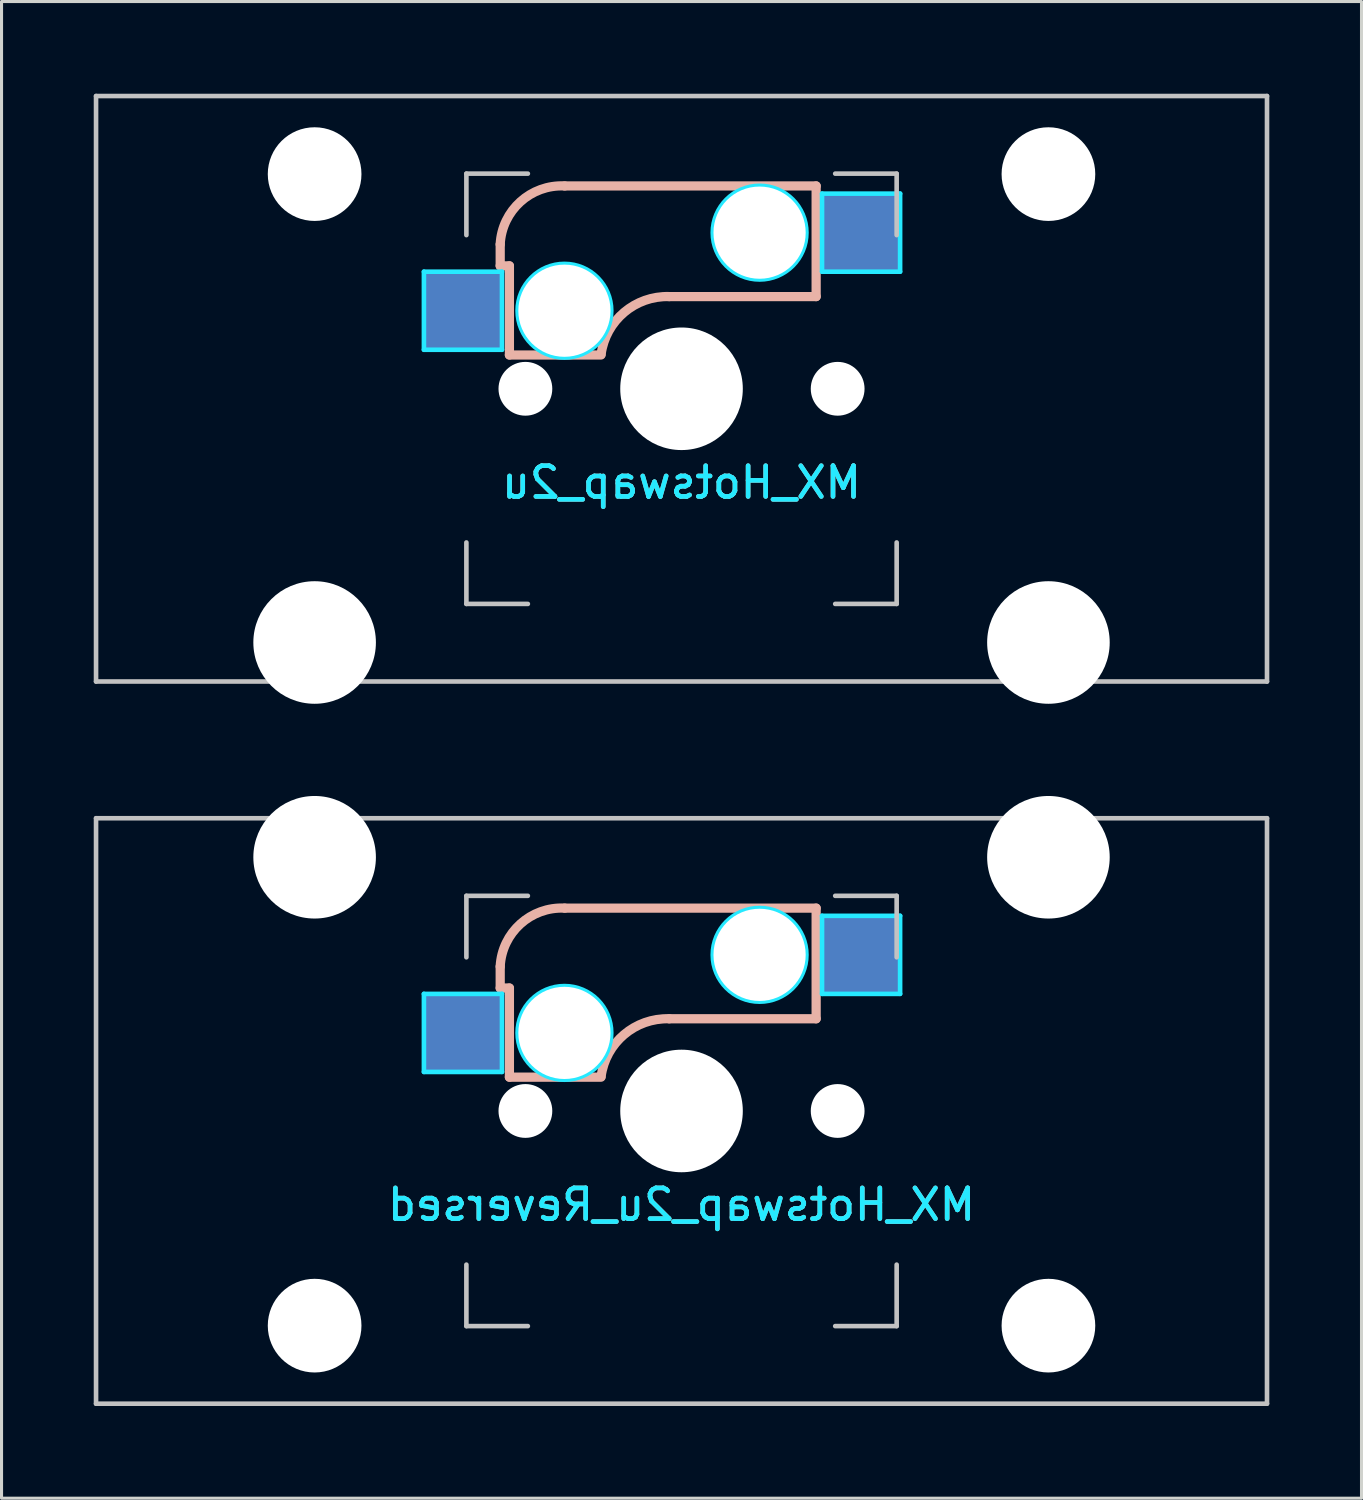
<source format=kicad_pcb>
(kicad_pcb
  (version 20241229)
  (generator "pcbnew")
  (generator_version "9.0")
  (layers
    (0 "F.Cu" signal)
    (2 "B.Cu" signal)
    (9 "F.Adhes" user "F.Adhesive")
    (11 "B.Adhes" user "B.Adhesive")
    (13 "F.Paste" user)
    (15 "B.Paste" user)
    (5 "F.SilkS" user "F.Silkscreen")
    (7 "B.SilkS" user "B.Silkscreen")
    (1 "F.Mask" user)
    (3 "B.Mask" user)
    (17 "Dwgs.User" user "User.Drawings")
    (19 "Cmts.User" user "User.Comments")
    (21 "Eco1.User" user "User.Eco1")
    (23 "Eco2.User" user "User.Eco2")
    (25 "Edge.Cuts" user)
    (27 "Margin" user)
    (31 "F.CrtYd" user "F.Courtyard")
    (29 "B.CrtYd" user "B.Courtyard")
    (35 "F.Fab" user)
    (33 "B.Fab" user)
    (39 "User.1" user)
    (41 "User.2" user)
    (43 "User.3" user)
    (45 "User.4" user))
  (footprint "MX_Hotswap_2u"
    (layer "F.Cu")
    (at 19.125 9.6)
    (property "Reference" "MX_Hotswap_2u" (at 0 3.048 0) (layer "B.CrtYd") (effects (font (size 1 1) (thickness 0.15)) (justify mirror)))
    (attr smd)
    (fp_line (start -5.9 -4.7) (end -5.9 -4) (stroke (width 0.3) (type solid)) (layer "B.SilkS"))
    (fp_line (start -5.9 -4) (end -5.6 -4) (stroke (width 0.3) (type solid)) (layer "B.SilkS"))
    (fp_line (start -5.6 -4) (end -5.6 -1.1) (stroke (width 0.3) (type solid)) (layer "B.SilkS"))
    (fp_line (start -5.6 -1.1) (end -2.62 -1.1) (stroke (width 0.3) (type solid)) (layer "B.SilkS"))
    (fp_line (start -0.4 -3) (end 4.38 -3) (stroke (width 0.3) (type solid)) (layer "B.SilkS"))
    (fp_line (start 4.38 -6.6) (end -3.8 -6.6) (stroke (width 0.3) (type solid)) (layer "B.SilkS"))
    (fp_line (start 4.38 -3) (end 4.38 -6.6) (stroke (width 0.3) (type solid)) (layer "B.SilkS"))
    (fp_arc (start -5.9 -4.699999) (mid -5.243504 -6.084924) (end -3.800001 -6.6) (stroke (width 0.3) (type solid)) (layer "B.SilkS"))
    (fp_arc (start -2.616318 -1.121471) (mid -1.868709 -2.486118) (end -0.4 -3) (stroke (width 0.3) (type solid)) (layer "B.SilkS"))
    (fp_line (start -19.05 -9.525) (end 19.05 -9.525) (stroke (width 0.15) (type solid)) (layer "Dwgs.User"))
    (fp_line (start -19.05 9.525) (end -19.05 -9.525) (stroke (width 0.15) (type solid)) (layer "Dwgs.User"))
    (fp_line (start -7 -7) (end -7 -5) (stroke (width 0.15) (type solid)) (layer "Dwgs.User"))
    (fp_line (start -7 5) (end -7 7) (stroke (width 0.15) (type solid)) (layer "Dwgs.User"))
    (fp_line (start -7 7) (end -5 7) (stroke (width 0.15) (type solid)) (layer "Dwgs.User"))
    (fp_line (start -5 -7) (end -7 -7) (stroke (width 0.15) (type solid)) (layer "Dwgs.User"))
    (fp_line (start 5 -7) (end 7 -7) (stroke (width 0.15) (type solid)) (layer "Dwgs.User"))
    (fp_line (start 5 7) (end 7 7) (stroke (width 0.15) (type solid)) (layer "Dwgs.User"))
    (fp_line (start 7 -7) (end 7 -5) (stroke (width 0.15) (type solid)) (layer "Dwgs.User"))
    (fp_line (start 7 7) (end 7 5) (stroke (width 0.15) (type solid)) (layer "Dwgs.User"))
    (fp_line (start 19.05 -9.525) (end 19.05 9.525) (stroke (width 0.15) (type solid)) (layer "Dwgs.User"))
    (fp_line (start 19.05 9.525) (end -19.05 9.525) (stroke (width 0.15) (type solid)) (layer "Dwgs.User"))
    (fp_line (start -8.382 -3.81) (end -5.842 -3.81) (stroke (width 0.15) (type solid)) (layer "B.CrtYd"))
    (fp_line (start -8.382 -1.27) (end -8.382 -3.81) (stroke (width 0.15) (type solid)) (layer "B.CrtYd"))
    (fp_line (start -5.842 -3.81) (end -5.842 -1.27) (stroke (width 0.15) (type solid)) (layer "B.CrtYd"))
    (fp_line (start -5.842 -1.27) (end -8.382 -1.27) (stroke (width 0.15) (type solid)) (layer "B.CrtYd"))
    (fp_line (start 4.572 -6.35) (end 7.112 -6.35) (stroke (width 0.15) (type solid)) (layer "B.CrtYd"))
    (fp_line (start 4.572 -3.81) (end 4.572 -6.35) (stroke (width 0.15) (type solid)) (layer "B.CrtYd"))
    (fp_line (start 7.112 -6.35) (end 7.112 -3.81) (stroke (width 0.15) (type solid)) (layer "B.CrtYd"))
    (fp_line (start 7.112 -3.81) (end 4.572 -3.81) (stroke (width 0.15) (type solid)) (layer "B.CrtYd"))
    (fp_circle (center -3.81 -2.54) (end -3.81 -4.064) (stroke (width 0.15) (type solid)) (fill no) (layer "B.CrtYd"))
    (fp_circle (center 2.54 -5.08) (end 2.54 -6.604) (stroke (width 0.15) (type solid)) (fill no) (layer "B.CrtYd"))
    (fp_text user "${REFERENCE}" (at 0 3.048 0) (layer "B.SilkS") (effects (font (size 1 1) (thickness 0.15)) (justify mirror)))
    (pad "" np_thru_hole circle (at -11.938 -6.985) (size 3.048 3.048) (drill 3.048) (layers "*.Cu" "*.Mask"))
    (pad "" np_thru_hole circle (at -11.938 8.255) (size 3.988 3.988) (drill 3.988) (layers "*.Cu" "*.Mask"))
    (pad "" np_thru_hole circle (at -5.08 0 48.1) (size 1.75 1.75) (drill 1.75) (layers "*.Cu" "*.Mask"))
    (pad "" np_thru_hole circle (at -3.81 -2.54) (size 3 3) (drill 3) (layers "*.Cu" "*.Mask"))
    (pad "" np_thru_hole circle (at 0 0) (size 3.988 3.988) (drill 3.988) (layers "*.Cu" "*.Mask"))
    (pad "" np_thru_hole circle (at 2.54 -5.08) (size 3 3) (drill 3) (layers "*.Cu" "*.Mask"))
    (pad "" np_thru_hole circle (at 5.08 0 48.1) (size 1.75 1.75) (drill 1.75) (layers "*.Cu" "*.Mask"))
    (pad "" np_thru_hole circle (at 11.938 -6.985) (size 3.048 3.048) (drill 3.048) (layers "*.Cu" "*.Mask"))
    (pad "" np_thru_hole circle (at 11.938 8.255) (size 3.988 3.988) (drill 3.988) (layers "*.Cu" "*.Mask"))
    (pad "1" smd rect (at -7.085 -2.54) (size 2.55 2.5) (layers "B.Cu" "B.Mask" "B.Paste"))
    (pad "2" smd rect (at 5.842 -5.08) (size 2.55 2.5) (layers "B.Cu" "B.Mask" "B.Paste")))
  (footprint "MX_Hotswap_2u_Reversed"
    (layer "F.Cu")
    (at 19.125 33.098)
    (property "Reference" "MX_Hotswap_2u_Reversed" (at 0 3.048 0) (layer "B.CrtYd") (effects (font (size 1 1) (thickness 0.15)) (justify mirror)))
    (attr smd)
    (fp_line (start -5.9 -4.7) (end -5.9 -4) (stroke (width 0.3) (type solid)) (layer "B.SilkS"))
    (fp_line (start -5.9 -4) (end -5.6 -4) (stroke (width 0.3) (type solid)) (layer "B.SilkS"))
    (fp_line (start -5.6 -4) (end -5.6 -1.1) (stroke (width 0.3) (type solid)) (layer "B.SilkS"))
    (fp_line (start -5.6 -1.1) (end -2.62 -1.1) (stroke (width 0.3) (type solid)) (layer "B.SilkS"))
    (fp_line (start -0.4 -3) (end 4.38 -3) (stroke (width 0.3) (type solid)) (layer "B.SilkS"))
    (fp_line (start 4.38 -6.6) (end -3.8 -6.6) (stroke (width 0.3) (type solid)) (layer "B.SilkS"))
    (fp_line (start 4.38 -3) (end 4.38 -6.6) (stroke (width 0.3) (type solid)) (layer "B.SilkS"))
    (fp_arc (start -5.9 -4.699999) (mid -5.243504 -6.084924) (end -3.800001 -6.6) (stroke (width 0.3) (type solid)) (layer "B.SilkS"))
    (fp_arc (start -2.616318 -1.121471) (mid -1.868709 -2.486118) (end -0.4 -3) (stroke (width 0.3) (type solid)) (layer "B.SilkS"))
    (fp_line (start -19.05 -9.525) (end 19.05 -9.525) (stroke (width 0.15) (type solid)) (layer "Dwgs.User"))
    (fp_line (start -19.05 9.525) (end -19.05 -9.525) (stroke (width 0.15) (type solid)) (layer "Dwgs.User"))
    (fp_line (start -7 -7) (end -7 -5) (stroke (width 0.15) (type solid)) (layer "Dwgs.User"))
    (fp_line (start -7 5) (end -7 7) (stroke (width 0.15) (type solid)) (layer "Dwgs.User"))
    (fp_line (start -7 7) (end -5 7) (stroke (width 0.15) (type solid)) (layer "Dwgs.User"))
    (fp_line (start -5 -7) (end -7 -7) (stroke (width 0.15) (type solid)) (layer "Dwgs.User"))
    (fp_line (start 5 -7) (end 7 -7) (stroke (width 0.15) (type solid)) (layer "Dwgs.User"))
    (fp_line (start 5 7) (end 7 7) (stroke (width 0.15) (type solid)) (layer "Dwgs.User"))
    (fp_line (start 7 -7) (end 7 -5) (stroke (width 0.15) (type solid)) (layer "Dwgs.User"))
    (fp_line (start 7 7) (end 7 5) (stroke (width 0.15) (type solid)) (layer "Dwgs.User"))
    (fp_line (start 19.05 -9.525) (end 19.05 9.525) (stroke (width 0.15) (type solid)) (layer "Dwgs.User"))
    (fp_line (start 19.05 9.525) (end -19.05 9.525) (stroke (width 0.15) (type solid)) (layer "Dwgs.User"))
    (fp_line (start -8.382 -3.81) (end -5.842 -3.81) (stroke (width 0.15) (type solid)) (layer "B.CrtYd"))
    (fp_line (start -8.382 -1.27) (end -8.382 -3.81) (stroke (width 0.15) (type solid)) (layer "B.CrtYd"))
    (fp_line (start -5.842 -3.81) (end -5.842 -1.27) (stroke (width 0.15) (type solid)) (layer "B.CrtYd"))
    (fp_line (start -5.842 -1.27) (end -8.382 -1.27) (stroke (width 0.15) (type solid)) (layer "B.CrtYd"))
    (fp_line (start 4.572 -6.35) (end 7.112 -6.35) (stroke (width 0.15) (type solid)) (layer "B.CrtYd"))
    (fp_line (start 4.572 -3.81) (end 4.572 -6.35) (stroke (width 0.15) (type solid)) (layer "B.CrtYd"))
    (fp_line (start 7.112 -6.35) (end 7.112 -3.81) (stroke (width 0.15) (type solid)) (layer "B.CrtYd"))
    (fp_line (start 7.112 -3.81) (end 4.572 -3.81) (stroke (width 0.15) (type solid)) (layer "B.CrtYd"))
    (fp_circle (center -3.81 -2.54) (end -3.81 -4.064) (stroke (width 0.15) (type solid)) (fill no) (layer "B.CrtYd"))
    (fp_circle (center 2.54 -5.08) (end 2.54 -6.604) (stroke (width 0.15) (type solid)) (fill no) (layer "B.CrtYd"))
    (fp_text user "${REFERENCE}" (at 0 3.048 0) (layer "B.SilkS") (effects (font (size 1 1) (thickness 0.15)) (justify mirror)))
    (pad "" np_thru_hole circle (at -11.938 -8.255) (size 3.988 3.988) (drill 3.988) (layers "*.Cu" "*.Mask"))
    (pad "" np_thru_hole circle (at -11.938 6.985) (size 3.048 3.048) (drill 3.048) (layers "*.Cu" "*.Mask"))
    (pad "" np_thru_hole circle (at -5.08 0 48.1) (size 1.75 1.75) (drill 1.75) (layers "*.Cu" "*.Mask"))
    (pad "" np_thru_hole circle (at -3.81 -2.54) (size 3 3) (drill 3) (layers "*.Cu" "*.Mask"))
    (pad "" np_thru_hole circle (at 0 0) (size 3.988 3.988) (drill 3.988) (layers "*.Cu" "*.Mask"))
    (pad "" np_thru_hole circle (at 2.54 -5.08) (size 3 3) (drill 3) (layers "*.Cu" "*.Mask"))
    (pad "" np_thru_hole circle (at 5.08 0 48.1) (size 1.75 1.75) (drill 1.75) (layers "*.Cu" "*.Mask"))
    (pad "" np_thru_hole circle (at 11.938 -8.255) (size 3.988 3.988) (drill 3.988) (layers "*.Cu" "*.Mask"))
    (pad "" np_thru_hole circle (at 11.938 6.985) (size 3.048 3.048) (drill 3.048) (layers "*.Cu" "*.Mask"))
    (pad "1" smd rect (at -7.085 -2.54) (size 2.55 2.5) (layers "B.Cu" "B.Mask" "B.Paste"))
    (pad "2" smd rect (at 5.842 -5.08) (size 2.55 2.5) (layers "B.Cu" "B.Mask" "B.Paste")))
  (gr_rect
    (start -3 -3)
    (end 41.25 45.698)
    (stroke (width 0.1) (type default))
    (fill no)
    (layer "Edge.Cuts")))
</source>
